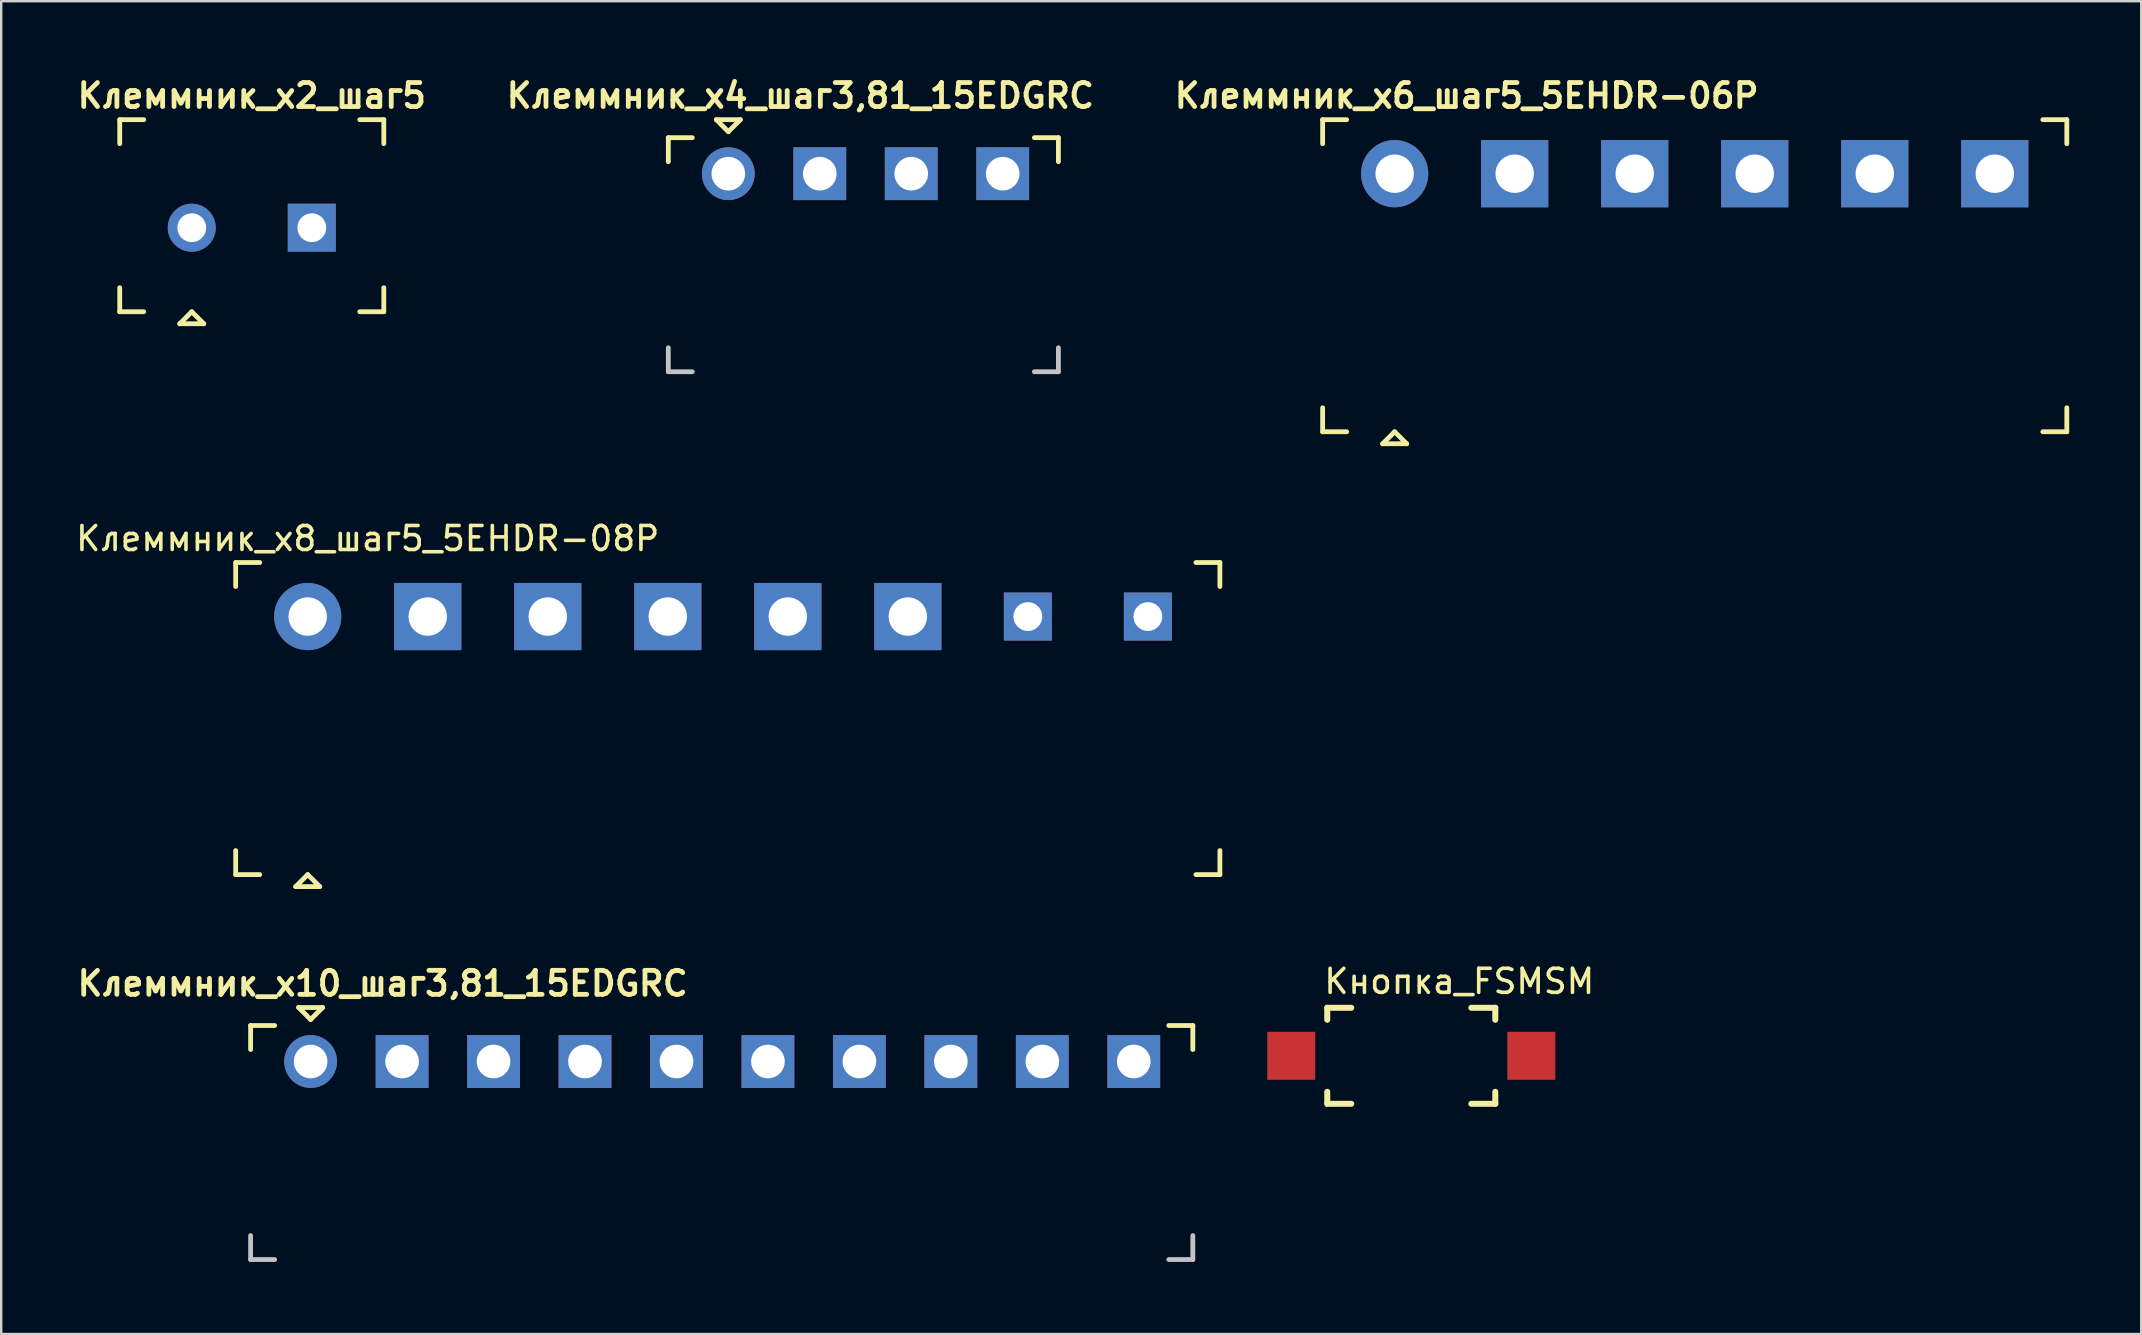
<source format=kicad_pcb>
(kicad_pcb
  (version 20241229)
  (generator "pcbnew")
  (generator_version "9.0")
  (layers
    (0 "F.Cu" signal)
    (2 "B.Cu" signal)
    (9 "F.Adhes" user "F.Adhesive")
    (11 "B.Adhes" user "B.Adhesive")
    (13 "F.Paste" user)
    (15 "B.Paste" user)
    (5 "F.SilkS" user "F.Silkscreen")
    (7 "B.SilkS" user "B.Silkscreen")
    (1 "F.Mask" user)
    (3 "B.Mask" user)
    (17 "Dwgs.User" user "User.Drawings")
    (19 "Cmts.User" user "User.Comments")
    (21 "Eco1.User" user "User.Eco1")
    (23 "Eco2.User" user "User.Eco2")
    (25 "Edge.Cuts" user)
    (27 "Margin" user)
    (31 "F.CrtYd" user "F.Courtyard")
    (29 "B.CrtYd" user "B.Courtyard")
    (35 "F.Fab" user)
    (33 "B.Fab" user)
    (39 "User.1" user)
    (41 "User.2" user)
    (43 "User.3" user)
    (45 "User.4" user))
  (footprint "Клеммник_х10_шаг3,81_15EDGRC"
    (layer "F.Cu")
    (at 9.89 41.17)
    (property "Reference" "Клеммник_х10_шаг3,81_15EDGRC" (at 3 -3.25 0) (layer "F.SilkS") (effects (font (size 1 1) (thickness 0.2))))
    (attr through_hole)
    (fp_line (start -2.5 -1.5) (end -2.5 -0.5) (stroke (width 0.2) (type solid)) (layer "F.SilkS"))
    (fp_line (start -2.5 -1.5) (end -1.5 -1.5) (stroke (width 0.2) (type solid)) (layer "F.SilkS"))
    (fp_line (start -0.5 -2.25) (end 0 -1.75) (stroke (width 0.2) (type solid)) (layer "F.SilkS"))
    (fp_line (start 0 -1.75) (end 0.5 -2.25) (stroke (width 0.2) (type solid)) (layer "F.SilkS"))
    (fp_line (start 0.5 -2.25) (end -0.5 -2.25) (stroke (width 0.2) (type solid)) (layer "F.SilkS"))
    (fp_line (start 36.75 -1.5) (end 35.75 -1.5) (stroke (width 0.2) (type solid)) (layer "F.SilkS"))
    (fp_line (start 36.75 -1.5) (end 36.75 -0.5) (stroke (width 0.2) (type solid)) (layer "F.SilkS"))
    (fp_line (start -2.5 8.25) (end -2.5 7.25) (stroke (width 0.2) (type solid)) (layer "Dwgs.User"))
    (fp_line (start -2.5 8.25) (end -1.5 8.25) (stroke (width 0.2) (type solid)) (layer "Dwgs.User"))
    (fp_line (start 36.75 8.25) (end 35.75 8.25) (stroke (width 0.2) (type solid)) (layer "Dwgs.User"))
    (fp_line (start 36.75 8.25) (end 36.75 7.25) (stroke (width 0.2) (type solid)) (layer "Dwgs.User"))
    (pad "1" thru_hole circle (at 0 0) (size 2.2 2.2) (drill 1.4) (layers "*.Cu" "*.Mask"))
    (pad "2" thru_hole rect (at 3.81 0) (size 2.2 2.2) (drill 1.4) (layers "*.Cu" "*.Mask"))
    (pad "3" thru_hole rect (at 7.62 0) (size 2.2 2.2) (drill 1.4) (layers "*.Cu" "*.Mask"))
    (pad "4" thru_hole rect (at 11.43 0) (size 2.2 2.2) (drill 1.4) (layers "*.Cu" "*.Mask"))
    (pad "5" thru_hole rect (at 15.24 0) (size 2.2 2.2) (drill 1.4) (layers "*.Cu" "*.Mask"))
    (pad "6" thru_hole rect (at 19.05 0) (size 2.2 2.2) (drill 1.4) (layers "*.Cu" "*.Mask"))
    (pad "7" thru_hole rect (at 22.86 0) (size 2.2 2.2) (drill 1.4) (layers "*.Cu" "*.Mask"))
    (pad "8" thru_hole rect (at 26.67 0) (size 2.2 2.2) (drill 1.4) (layers "*.Cu" "*.Mask"))
    (pad "9" thru_hole rect (at 30.48 0) (size 2.2 2.2) (drill 1.4) (layers "*.Cu" "*.Mask"))
    (pad "10" thru_hole rect (at 34.29 0) (size 2.2 2.2) (drill 1.4) (layers "*.Cu" "*.Mask")))
  (footprint "Клеммник_х6_шаг5_5EHDR-06P"
    (layer "F.Cu")
    (at 55.048 4.186)
    (property "Reference" "Клеммник_х6_шаг5_5EHDR-06P" (at 3 -3.25 0) (layer "F.SilkS") (effects (font (size 1 1) (thickness 0.2))))
    (attr through_hole)
    (fp_line (start -3 -2.25) (end -3 -1.25) (stroke (width 0.2) (type solid)) (layer "F.SilkS"))
    (fp_line (start -3 -2.25) (end -2 -2.25) (stroke (width 0.2) (type solid)) (layer "F.SilkS"))
    (fp_line (start -3 10.75) (end -3 9.75) (stroke (width 0.2) (type solid)) (layer "F.SilkS"))
    (fp_line (start -3 10.75) (end -2 10.75) (stroke (width 0.2) (type solid)) (layer "F.SilkS"))
    (fp_line (start -0.5 11.25) (end 0.5 11.25) (stroke (width 0.2) (type solid)) (layer "F.SilkS"))
    (fp_line (start 0 10.75) (end -0.5 11.25) (stroke (width 0.2) (type solid)) (layer "F.SilkS"))
    (fp_line (start 0.5 11.25) (end 0 10.75) (stroke (width 0.2) (type solid)) (layer "F.SilkS"))
    (fp_line (start 28 -2.25) (end 27 -2.25) (stroke (width 0.2) (type solid)) (layer "F.SilkS"))
    (fp_line (start 28 -2.25) (end 28 -1.25) (stroke (width 0.2) (type solid)) (layer "F.SilkS"))
    (fp_line (start 28 10.75) (end 27 10.75) (stroke (width 0.2) (type solid)) (layer "F.SilkS"))
    (fp_line (start 28 10.75) (end 28 9.75) (stroke (width 0.2) (type solid)) (layer "F.SilkS"))
    (pad "1" thru_hole circle (at 0 0) (size 2.8 2.8) (drill 1.6) (layers "*.Cu" "*.Mask"))
    (pad "2" thru_hole rect (at 5 0) (size 2.8 2.8) (drill 1.6) (layers "*.Cu" "*.Mask"))
    (pad "3" thru_hole rect (at 10 0) (size 2.8 2.8) (drill 1.6) (layers "*.Cu" "*.Mask"))
    (pad "4" thru_hole rect (at 15 0) (size 2.8 2.8) (drill 1.6) (layers "*.Cu" "*.Mask"))
    (pad "5" thru_hole rect (at 20 0) (size 2.8 2.8) (drill 1.6) (layers "*.Cu" "*.Mask"))
    (pad "6" thru_hole rect (at 25 0) (size 2.8 2.8) (drill 1.6) (layers "*.Cu" "*.Mask")))
  (footprint "Клеммник_х4_шаг3,81_15EDGRC"
    (layer "F.Cu")
    (at 27.29 4.186)
    (property "Reference" "Клеммник_х4_шаг3,81_15EDGRC" (at 3 -3.25 0) (layer "F.SilkS") (effects (font (size 1 1) (thickness 0.2))))
    (attr through_hole)
    (fp_line (start -2.5 -1.5) (end -2.5 -0.5) (stroke (width 0.2) (type solid)) (layer "F.SilkS"))
    (fp_line (start -2.5 -1.5) (end -1.5 -1.5) (stroke (width 0.2) (type solid)) (layer "F.SilkS"))
    (fp_line (start -0.5 -2.25) (end 0 -1.75) (stroke (width 0.2) (type solid)) (layer "F.SilkS"))
    (fp_line (start 0 -1.75) (end 0.5 -2.25) (stroke (width 0.2) (type solid)) (layer "F.SilkS"))
    (fp_line (start 0.5 -2.25) (end -0.5 -2.25) (stroke (width 0.2) (type solid)) (layer "F.SilkS"))
    (fp_line (start 13.75 -1.5) (end 12.75 -1.5) (stroke (width 0.2) (type solid)) (layer "F.SilkS"))
    (fp_line (start 13.75 -1.5) (end 13.75 -0.5) (stroke (width 0.2) (type solid)) (layer "F.SilkS"))
    (fp_line (start -2.5 8.25) (end -2.5 7.25) (stroke (width 0.2) (type solid)) (layer "Dwgs.User"))
    (fp_line (start -2.5 8.25) (end -1.5 8.25) (stroke (width 0.2) (type solid)) (layer "Dwgs.User"))
    (fp_line (start 13.75 8.25) (end 12.75 8.25) (stroke (width 0.2) (type solid)) (layer "Dwgs.User"))
    (fp_line (start 13.75 8.25) (end 13.75 7.25) (stroke (width 0.2) (type solid)) (layer "Dwgs.User"))
    (pad "1" thru_hole circle (at 0 0) (size 2.2 2.2) (drill 1.4) (layers "*.Cu" "*.Mask"))
    (pad "2" thru_hole rect (at 3.81 0) (size 2.2 2.2) (drill 1.4) (layers "*.Cu" "*.Mask"))
    (pad "3" thru_hole rect (at 7.62 0) (size 2.2 2.2) (drill 1.4) (layers "*.Cu" "*.Mask"))
    (pad "4" thru_hole rect (at 11.43 0) (size 2.2 2.2) (drill 1.4) (layers "*.Cu" "*.Mask")))
  (footprint "Кнопка_FSMSM"
    (layer "F.Cu")
    (at 50.74 40.932)
    (property "Reference" "Кнопка_FSMSM" (at 7 -3.1 0) (layer "F.SilkS") (effects (font (size 1 1) (thickness 0.15))))
    (attr through_hole)
    (fp_line (start 1.5 -2) (end 2.5 -2) (stroke (width 0.25) (type solid)) (layer "F.SilkS"))
    (fp_line (start 1.5 -1.5) (end 1.5 -2) (stroke (width 0.25) (type solid)) (layer "F.SilkS"))
    (fp_line (start 1.5 1.5) (end 1.5 2) (stroke (width 0.25) (type solid)) (layer "F.SilkS"))
    (fp_line (start 1.5 2) (end 2.5 2) (stroke (width 0.25) (type solid)) (layer "F.SilkS"))
    (fp_line (start 8.5 -2) (end 7.5 -2) (stroke (width 0.25) (type solid)) (layer "F.SilkS"))
    (fp_line (start 8.5 -1.5) (end 8.5 -2) (stroke (width 0.25) (type solid)) (layer "F.SilkS"))
    (fp_line (start 8.5 1.5) (end 8.5 2) (stroke (width 0.25) (type solid)) (layer "F.SilkS"))
    (fp_line (start 8.5 2) (end 7.5 2) (stroke (width 0.25) (type solid)) (layer "F.SilkS"))
    (pad "1" smd rect (at 0 0) (size 2 2) (layers "F.Cu" "F.Mask" "F.Paste"))
    (pad "2" smd rect (at 10 0) (size 2 2) (layers "F.Cu" "F.Mask" "F.Paste")))
  (footprint "Клеммник_х2_шаг5"
    (layer "F.Cu")
    (at 4.938 6.436)
    (property "Reference" "Клеммник_х2_шаг5" (at 2.5 -5.5 0) (layer "F.SilkS") (effects (font (size 1 1) (thickness 0.2))))
    (attr through_hole)
    (fp_line (start -3 -4.5) (end -3 -3.5) (stroke (width 0.2) (type solid)) (layer "F.SilkS"))
    (fp_line (start -3 -4.5) (end -2 -4.5) (stroke (width 0.2) (type solid)) (layer "F.SilkS"))
    (fp_line (start -3 3.5) (end -3 2.5) (stroke (width 0.2) (type solid)) (layer "F.SilkS"))
    (fp_line (start -3 3.5) (end -2 3.5) (stroke (width 0.2) (type solid)) (layer "F.SilkS"))
    (fp_line (start -0.5 4) (end 0.5 4) (stroke (width 0.2) (type solid)) (layer "F.SilkS"))
    (fp_line (start 0 3.5) (end -0.5 4) (stroke (width 0.2) (type solid)) (layer "F.SilkS"))
    (fp_line (start 0.5 4) (end 0 3.5) (stroke (width 0.2) (type solid)) (layer "F.SilkS"))
    (fp_line (start 8 -4.5) (end 7 -4.5) (stroke (width 0.2) (type solid)) (layer "F.SilkS"))
    (fp_line (start 8 -4.5) (end 8 -3.5) (stroke (width 0.2) (type solid)) (layer "F.SilkS"))
    (fp_line (start 8 3.5) (end 7 3.5) (stroke (width 0.2) (type solid)) (layer "F.SilkS"))
    (fp_line (start 8 3.5) (end 8 2.5) (stroke (width 0.2) (type solid)) (layer "F.SilkS"))
    (pad "1" thru_hole circle (at 0 0) (size 2 2) (drill 1.2) (layers "*.Cu" "*.Mask"))
    (pad "2" thru_hole rect (at 5 0) (size 2 2) (drill 1.2) (layers "*.Cu" "*.Mask")))
  (footprint "Клеммник_х8_шаг5_5EHDR-08P"
    (layer "F.Cu")
    (at 9.768 22.634)
    (property "Reference" "Клеммник_х8_шаг5_5EHDR-08P" (at 2.5 -3.25 0) (layer "F.SilkS") (effects (font (size 1 1) (thickness 0.15))))
    (attr through_hole)
    (fp_line (start -3 -2.25) (end -3 -1.25) (stroke (width 0.2) (type solid)) (layer "F.SilkS"))
    (fp_line (start -3 -2.25) (end -2 -2.25) (stroke (width 0.2) (type solid)) (layer "F.SilkS"))
    (fp_line (start -3 10.75) (end -3 9.75) (stroke (width 0.2) (type solid)) (layer "F.SilkS"))
    (fp_line (start -3 10.75) (end -2 10.75) (stroke (width 0.2) (type solid)) (layer "F.SilkS"))
    (fp_line (start -0.5 11.25) (end 0.5 11.25) (stroke (width 0.2) (type solid)) (layer "F.SilkS"))
    (fp_line (start 0 10.75) (end -0.5 11.25) (stroke (width 0.2) (type solid)) (layer "F.SilkS"))
    (fp_line (start 0.5 11.25) (end 0 10.75) (stroke (width 0.2) (type solid)) (layer "F.SilkS"))
    (fp_line (start 38 -2.25) (end 37 -2.25) (stroke (width 0.2) (type solid)) (layer "F.SilkS"))
    (fp_line (start 38 -2.25) (end 38 -1.25) (stroke (width 0.2) (type solid)) (layer "F.SilkS"))
    (fp_line (start 38 10.75) (end 37 10.75) (stroke (width 0.2) (type solid)) (layer "F.SilkS"))
    (fp_line (start 38 10.75) (end 38 9.75) (stroke (width 0.2) (type solid)) (layer "F.SilkS"))
    (pad "1" thru_hole circle (at 0 0) (size 2.8 2.8) (drill 1.6) (layers "*.Cu" "*.Mask"))
    (pad "2" thru_hole rect (at 5 0) (size 2.8 2.8) (drill 1.6) (layers "*.Cu" "*.Mask"))
    (pad "3" thru_hole rect (at 10 0) (size 2.8 2.8) (drill 1.6) (layers "*.Cu" "*.Mask"))
    (pad "4" thru_hole rect (at 15 0) (size 2.8 2.8) (drill 1.6) (layers "*.Cu" "*.Mask"))
    (pad "5" thru_hole rect (at 20 0) (size 2.8 2.8) (drill 1.6) (layers "*.Cu" "*.Mask"))
    (pad "6" thru_hole rect (at 25 0) (size 2.8 2.8) (drill 1.6) (layers "*.Cu" "*.Mask"))
    (pad "7" thru_hole rect (at 30 0) (size 2 2) (drill 1.2) (layers "*.Cu" "*.Mask"))
    (pad "8" thru_hole rect (at 35 0) (size 2 2) (drill 1.2) (layers "*.Cu" "*.Mask")))
  (gr_rect
    (start -3 -3)
    (end 86.148 52.52)
    (stroke (width 0.1) (type default))
    (fill no)
    (layer "Edge.Cuts")))
</source>
